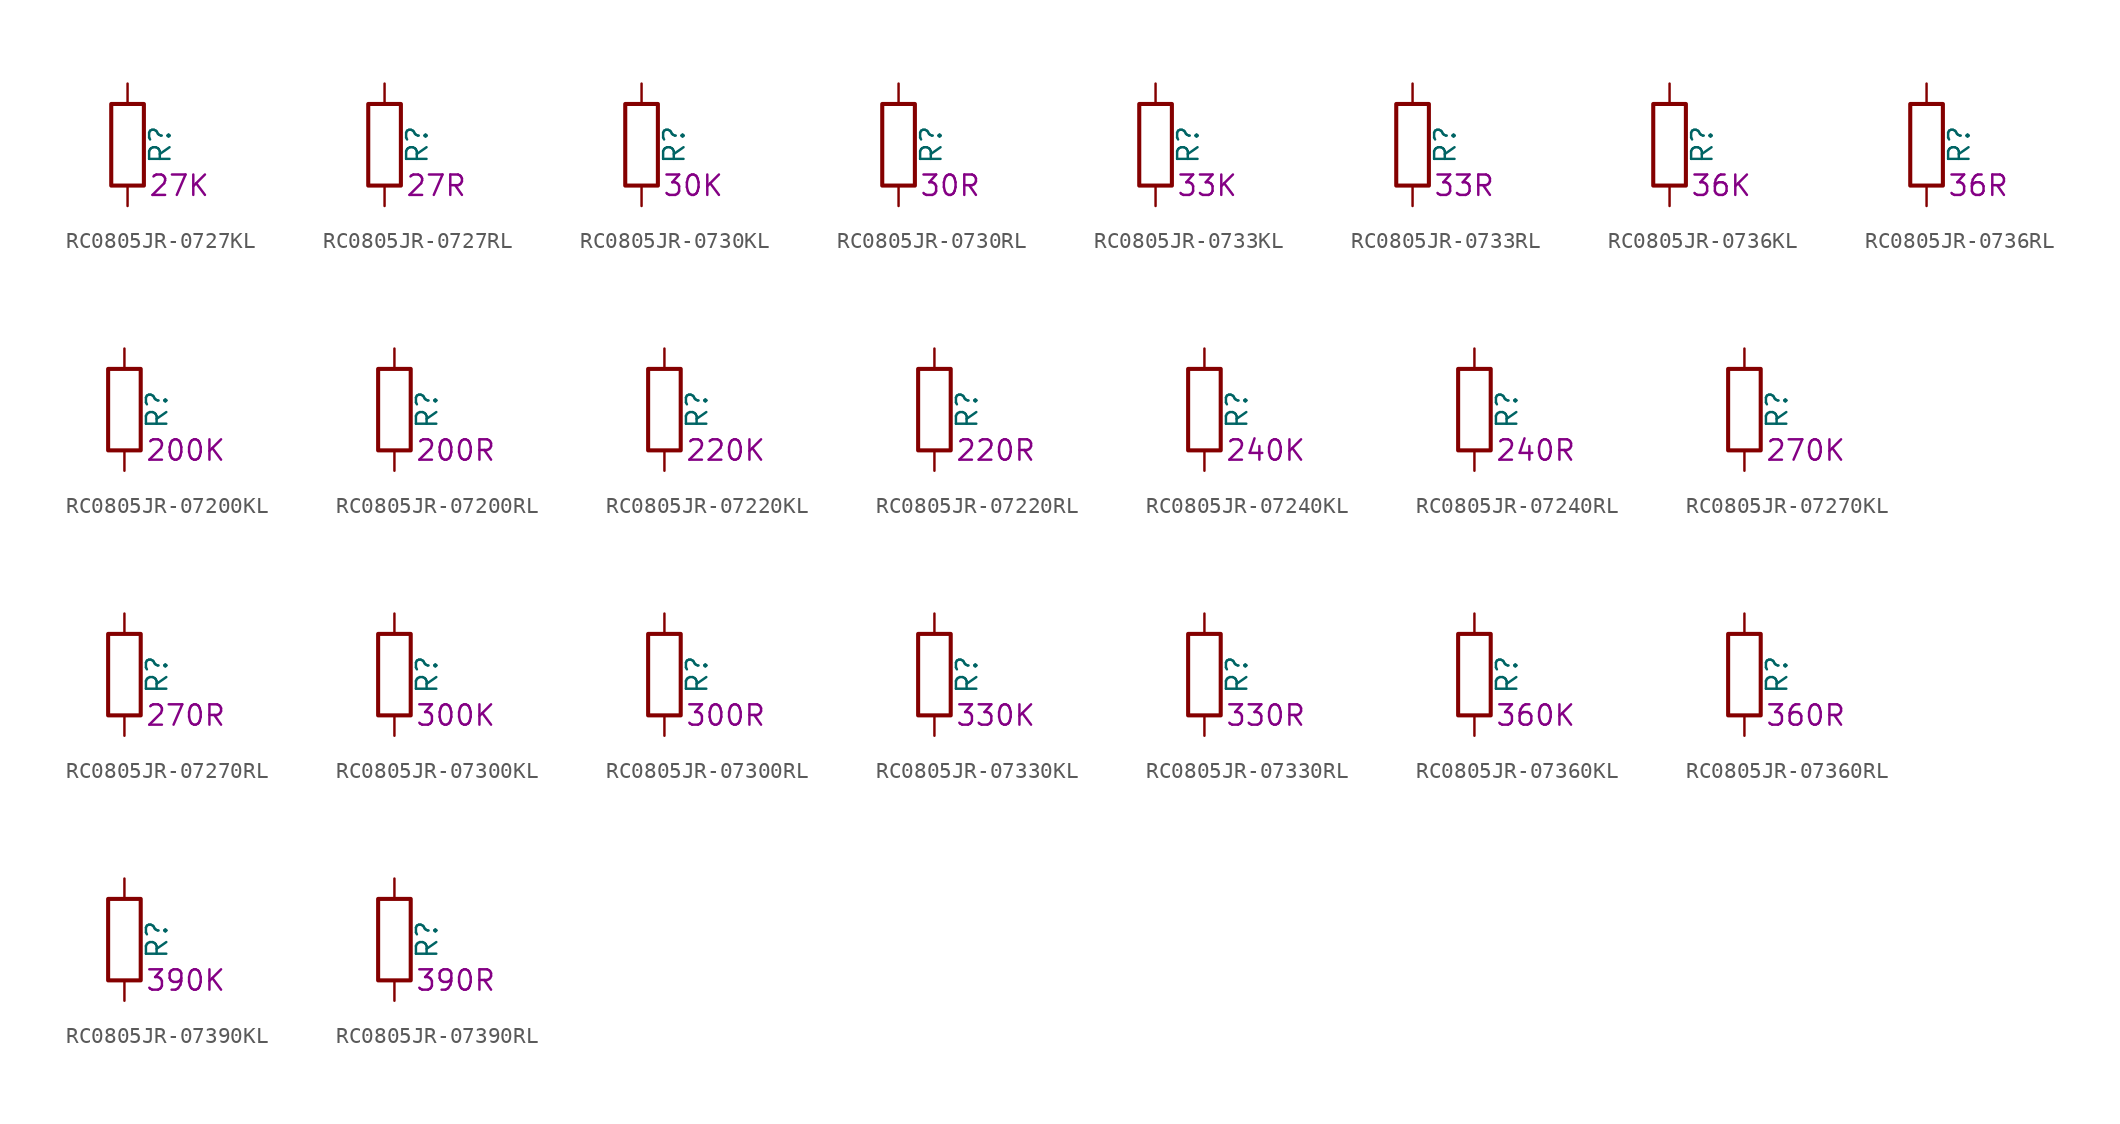
<source format=kicad_sym>
(kicad_symbol_lib
  (version 20220914)
  (generator kicad_symbol_editor)
  (symbol "RC0805JR-0727KL"
    (pin_numbers hide)
    (pin_names
      (offset 0))
    (property "Reference" "R"
      (at 2.032 0 90)
      (effects (font (size 1.27 1.27))))
    (property "Resistance" "27K"
      (at 1.27 -2.54 0)
      (effects (font (size 1.27 1.27)) (justify left)))
    (symbol "RC0805JR-0727KL_0_1"
      (rectangle (start -1.016 -2.54) (end 1.016 2.54) (stroke (width 0.254) (type default)) (fill (type none))))
    (symbol "RC0805JR-0727KL_1_1"
      (pin passive line (at 0 3.81 270) (length 1.27) (name "~" (effects (font (size 1.27 1.27)))) (number "1" (effects (font (size 1.27 1.27)))))
      (pin passive line (at 0 -3.81 90) (length 1.27) (name "~" (effects (font (size 1.27 1.27)))) (number "2" (effects (font (size 1.27 1.27)))))))
  (symbol "RC0805JR-0727RL"
    (pin_numbers hide)
    (pin_names
      (offset 0))
    (property "Reference" "R"
      (at 2.032 0 90)
      (effects (font (size 1.27 1.27))))
    (property "Resistance" "27R"
      (at 1.27 -2.54 0)
      (effects (font (size 1.27 1.27)) (justify left)))
    (symbol "RC0805JR-0727RL_0_1"
      (rectangle (start -1.016 -2.54) (end 1.016 2.54) (stroke (width 0.254) (type default)) (fill (type none))))
    (symbol "RC0805JR-0727RL_1_1"
      (pin passive line (at 0 3.81 270) (length 1.27) (name "~" (effects (font (size 1.27 1.27)))) (number "1" (effects (font (size 1.27 1.27)))))
      (pin passive line (at 0 -3.81 90) (length 1.27) (name "~" (effects (font (size 1.27 1.27)))) (number "2" (effects (font (size 1.27 1.27)))))))
  (symbol "RC0805JR-0730KL"
    (pin_numbers hide)
    (pin_names
      (offset 0))
    (property "Reference" "R"
      (at 2.032 0 90)
      (effects (font (size 1.27 1.27))))
    (property "Resistance" "30K"
      (at 1.27 -2.54 0)
      (effects (font (size 1.27 1.27)) (justify left)))
    (symbol "RC0805JR-0730KL_0_1"
      (rectangle (start -1.016 -2.54) (end 1.016 2.54) (stroke (width 0.254) (type default)) (fill (type none))))
    (symbol "RC0805JR-0730KL_1_1"
      (pin passive line (at 0 3.81 270) (length 1.27) (name "~" (effects (font (size 1.27 1.27)))) (number "1" (effects (font (size 1.27 1.27)))))
      (pin passive line (at 0 -3.81 90) (length 1.27) (name "~" (effects (font (size 1.27 1.27)))) (number "2" (effects (font (size 1.27 1.27)))))))
  (symbol "RC0805JR-0730RL"
    (pin_numbers hide)
    (pin_names
      (offset 0))
    (property "Reference" "R"
      (at 2.032 0 90)
      (effects (font (size 1.27 1.27))))
    (property "Resistance" "30R"
      (at 1.27 -2.54 0)
      (effects (font (size 1.27 1.27)) (justify left)))
    (symbol "RC0805JR-0730RL_0_1"
      (rectangle (start -1.016 -2.54) (end 1.016 2.54) (stroke (width 0.254) (type default)) (fill (type none))))
    (symbol "RC0805JR-0730RL_1_1"
      (pin passive line (at 0 3.81 270) (length 1.27) (name "~" (effects (font (size 1.27 1.27)))) (number "1" (effects (font (size 1.27 1.27)))))
      (pin passive line (at 0 -3.81 90) (length 1.27) (name "~" (effects (font (size 1.27 1.27)))) (number "2" (effects (font (size 1.27 1.27)))))))
  (symbol "RC0805JR-0733KL"
    (pin_numbers hide)
    (pin_names
      (offset 0))
    (property "Reference" "R"
      (at 2.032 0 90)
      (effects (font (size 1.27 1.27))))
    (property "Resistance" "33K"
      (at 1.27 -2.54 0)
      (effects (font (size 1.27 1.27)) (justify left)))
    (symbol "RC0805JR-0733KL_0_1"
      (rectangle (start -1.016 -2.54) (end 1.016 2.54) (stroke (width 0.254) (type default)) (fill (type none))))
    (symbol "RC0805JR-0733KL_1_1"
      (pin passive line (at 0 3.81 270) (length 1.27) (name "~" (effects (font (size 1.27 1.27)))) (number "1" (effects (font (size 1.27 1.27)))))
      (pin passive line (at 0 -3.81 90) (length 1.27) (name "~" (effects (font (size 1.27 1.27)))) (number "2" (effects (font (size 1.27 1.27)))))))
  (symbol "RC0805JR-0733RL"
    (pin_numbers hide)
    (pin_names
      (offset 0))
    (property "Reference" "R"
      (at 2.032 0 90)
      (effects (font (size 1.27 1.27))))
    (property "Resistance" "33R"
      (at 1.27 -2.54 0)
      (effects (font (size 1.27 1.27)) (justify left)))
    (symbol "RC0805JR-0733RL_0_1"
      (rectangle (start -1.016 -2.54) (end 1.016 2.54) (stroke (width 0.254) (type default)) (fill (type none))))
    (symbol "RC0805JR-0733RL_1_1"
      (pin passive line (at 0 3.81 270) (length 1.27) (name "~" (effects (font (size 1.27 1.27)))) (number "1" (effects (font (size 1.27 1.27)))))
      (pin passive line (at 0 -3.81 90) (length 1.27) (name "~" (effects (font (size 1.27 1.27)))) (number "2" (effects (font (size 1.27 1.27)))))))
  (symbol "RC0805JR-0736KL"
    (pin_numbers hide)
    (pin_names
      (offset 0))
    (property "Reference" "R"
      (at 2.032 0 90)
      (effects (font (size 1.27 1.27))))
    (property "Resistance" "36K"
      (at 1.27 -2.54 0)
      (effects (font (size 1.27 1.27)) (justify left)))
    (symbol "RC0805JR-0736KL_0_1"
      (rectangle (start -1.016 -2.54) (end 1.016 2.54) (stroke (width 0.254) (type default)) (fill (type none))))
    (symbol "RC0805JR-0736KL_1_1"
      (pin passive line (at 0 3.81 270) (length 1.27) (name "~" (effects (font (size 1.27 1.27)))) (number "1" (effects (font (size 1.27 1.27)))))
      (pin passive line (at 0 -3.81 90) (length 1.27) (name "~" (effects (font (size 1.27 1.27)))) (number "2" (effects (font (size 1.27 1.27)))))))
  (symbol "RC0805JR-0736RL"
    (pin_numbers hide)
    (pin_names
      (offset 0))
    (property "Reference" "R"
      (at 2.032 0 90)
      (effects (font (size 1.27 1.27))))
    (property "Resistance" "36R"
      (at 1.27 -2.54 0)
      (effects (font (size 1.27 1.27)) (justify left)))
    (symbol "RC0805JR-0736RL_0_1"
      (rectangle (start -1.016 -2.54) (end 1.016 2.54) (stroke (width 0.254) (type default)) (fill (type none))))
    (symbol "RC0805JR-0736RL_1_1"
      (pin passive line (at 0 3.81 270) (length 1.27) (name "~" (effects (font (size 1.27 1.27)))) (number "1" (effects (font (size 1.27 1.27)))))
      (pin passive line (at 0 -3.81 90) (length 1.27) (name "~" (effects (font (size 1.27 1.27)))) (number "2" (effects (font (size 1.27 1.27)))))))
  (symbol "RC0805JR-07200KL"
    (pin_numbers hide)
    (pin_names
      (offset 0))
    (property "Reference" "R"
      (at 2.032 0 90)
      (effects (font (size 1.27 1.27))))
    (property "Resistance" "200K"
      (at 1.27 -2.54 0)
      (effects (font (size 1.27 1.27)) (justify left)))
    (symbol "RC0805JR-07200KL_0_1"
      (rectangle (start -1.016 -2.54) (end 1.016 2.54) (stroke (width 0.254) (type default)) (fill (type none))))
    (symbol "RC0805JR-07200KL_1_1"
      (pin passive line (at 0 3.81 270) (length 1.27) (name "~" (effects (font (size 1.27 1.27)))) (number "1" (effects (font (size 1.27 1.27)))))
      (pin passive line (at 0 -3.81 90) (length 1.27) (name "~" (effects (font (size 1.27 1.27)))) (number "2" (effects (font (size 1.27 1.27)))))))
  (symbol "RC0805JR-07200RL"
    (pin_numbers hide)
    (pin_names
      (offset 0))
    (property "Reference" "R"
      (at 2.032 0 90)
      (effects (font (size 1.27 1.27))))
    (property "Resistance" "200R"
      (at 1.27 -2.54 0)
      (effects (font (size 1.27 1.27)) (justify left)))
    (symbol "RC0805JR-07200RL_0_1"
      (rectangle (start -1.016 -2.54) (end 1.016 2.54) (stroke (width 0.254) (type default)) (fill (type none))))
    (symbol "RC0805JR-07200RL_1_1"
      (pin passive line (at 0 3.81 270) (length 1.27) (name "~" (effects (font (size 1.27 1.27)))) (number "1" (effects (font (size 1.27 1.27)))))
      (pin passive line (at 0 -3.81 90) (length 1.27) (name "~" (effects (font (size 1.27 1.27)))) (number "2" (effects (font (size 1.27 1.27)))))))
  (symbol "RC0805JR-07220KL"
    (pin_numbers hide)
    (pin_names
      (offset 0))
    (property "Reference" "R"
      (at 2.032 0 90)
      (effects (font (size 1.27 1.27))))
    (property "Resistance" "220K"
      (at 1.27 -2.54 0)
      (effects (font (size 1.27 1.27)) (justify left)))
    (symbol "RC0805JR-07220KL_0_1"
      (rectangle (start -1.016 -2.54) (end 1.016 2.54) (stroke (width 0.254) (type default)) (fill (type none))))
    (symbol "RC0805JR-07220KL_1_1"
      (pin passive line (at 0 3.81 270) (length 1.27) (name "~" (effects (font (size 1.27 1.27)))) (number "1" (effects (font (size 1.27 1.27)))))
      (pin passive line (at 0 -3.81 90) (length 1.27) (name "~" (effects (font (size 1.27 1.27)))) (number "2" (effects (font (size 1.27 1.27)))))))
  (symbol "RC0805JR-07220RL"
    (pin_numbers hide)
    (pin_names
      (offset 0))
    (property "Reference" "R"
      (at 2.032 0 90)
      (effects (font (size 1.27 1.27))))
    (property "Resistance" "220R"
      (at 1.27 -2.54 0)
      (effects (font (size 1.27 1.27)) (justify left)))
    (symbol "RC0805JR-07220RL_0_1"
      (rectangle (start -1.016 -2.54) (end 1.016 2.54) (stroke (width 0.254) (type default)) (fill (type none))))
    (symbol "RC0805JR-07220RL_1_1"
      (pin passive line (at 0 3.81 270) (length 1.27) (name "~" (effects (font (size 1.27 1.27)))) (number "1" (effects (font (size 1.27 1.27)))))
      (pin passive line (at 0 -3.81 90) (length 1.27) (name "~" (effects (font (size 1.27 1.27)))) (number "2" (effects (font (size 1.27 1.27)))))))
  (symbol "RC0805JR-07240KL"
    (pin_numbers hide)
    (pin_names
      (offset 0))
    (property "Reference" "R"
      (at 2.032 0 90)
      (effects (font (size 1.27 1.27))))
    (property "Resistance" "240K"
      (at 1.27 -2.54 0)
      (effects (font (size 1.27 1.27)) (justify left)))
    (symbol "RC0805JR-07240KL_0_1"
      (rectangle (start -1.016 -2.54) (end 1.016 2.54) (stroke (width 0.254) (type default)) (fill (type none))))
    (symbol "RC0805JR-07240KL_1_1"
      (pin passive line (at 0 3.81 270) (length 1.27) (name "~" (effects (font (size 1.27 1.27)))) (number "1" (effects (font (size 1.27 1.27)))))
      (pin passive line (at 0 -3.81 90) (length 1.27) (name "~" (effects (font (size 1.27 1.27)))) (number "2" (effects (font (size 1.27 1.27)))))))
  (symbol "RC0805JR-07240RL"
    (pin_numbers hide)
    (pin_names
      (offset 0))
    (property "Reference" "R"
      (at 2.032 0 90)
      (effects (font (size 1.27 1.27))))
    (property "Resistance" "240R"
      (at 1.27 -2.54 0)
      (effects (font (size 1.27 1.27)) (justify left)))
    (symbol "RC0805JR-07240RL_0_1"
      (rectangle (start -1.016 -2.54) (end 1.016 2.54) (stroke (width 0.254) (type default)) (fill (type none))))
    (symbol "RC0805JR-07240RL_1_1"
      (pin passive line (at 0 3.81 270) (length 1.27) (name "~" (effects (font (size 1.27 1.27)))) (number "1" (effects (font (size 1.27 1.27)))))
      (pin passive line (at 0 -3.81 90) (length 1.27) (name "~" (effects (font (size 1.27 1.27)))) (number "2" (effects (font (size 1.27 1.27)))))))
  (symbol "RC0805JR-07270KL"
    (pin_numbers hide)
    (pin_names
      (offset 0))
    (property "Reference" "R"
      (at 2.032 0 90)
      (effects (font (size 1.27 1.27))))
    (property "Resistance" "270K"
      (at 1.27 -2.54 0)
      (effects (font (size 1.27 1.27)) (justify left)))
    (symbol "RC0805JR-07270KL_0_1"
      (rectangle (start -1.016 -2.54) (end 1.016 2.54) (stroke (width 0.254) (type default)) (fill (type none))))
    (symbol "RC0805JR-07270KL_1_1"
      (pin passive line (at 0 3.81 270) (length 1.27) (name "~" (effects (font (size 1.27 1.27)))) (number "1" (effects (font (size 1.27 1.27)))))
      (pin passive line (at 0 -3.81 90) (length 1.27) (name "~" (effects (font (size 1.27 1.27)))) (number "2" (effects (font (size 1.27 1.27)))))))
  (symbol "RC0805JR-07270RL"
    (pin_numbers hide)
    (pin_names
      (offset 0))
    (property "Reference" "R"
      (at 2.032 0 90)
      (effects (font (size 1.27 1.27))))
    (property "Resistance" "270R"
      (at 1.27 -2.54 0)
      (effects (font (size 1.27 1.27)) (justify left)))
    (symbol "RC0805JR-07270RL_0_1"
      (rectangle (start -1.016 -2.54) (end 1.016 2.54) (stroke (width 0.254) (type default)) (fill (type none))))
    (symbol "RC0805JR-07270RL_1_1"
      (pin passive line (at 0 3.81 270) (length 1.27) (name "~" (effects (font (size 1.27 1.27)))) (number "1" (effects (font (size 1.27 1.27)))))
      (pin passive line (at 0 -3.81 90) (length 1.27) (name "~" (effects (font (size 1.27 1.27)))) (number "2" (effects (font (size 1.27 1.27)))))))
  (symbol "RC0805JR-07300KL"
    (pin_numbers hide)
    (pin_names
      (offset 0))
    (property "Reference" "R"
      (at 2.032 0 90)
      (effects (font (size 1.27 1.27))))
    (property "Resistance" "300K"
      (at 1.27 -2.54 0)
      (effects (font (size 1.27 1.27)) (justify left)))
    (symbol "RC0805JR-07300KL_0_1"
      (rectangle (start -1.016 -2.54) (end 1.016 2.54) (stroke (width 0.254) (type default)) (fill (type none))))
    (symbol "RC0805JR-07300KL_1_1"
      (pin passive line (at 0 3.81 270) (length 1.27) (name "~" (effects (font (size 1.27 1.27)))) (number "1" (effects (font (size 1.27 1.27)))))
      (pin passive line (at 0 -3.81 90) (length 1.27) (name "~" (effects (font (size 1.27 1.27)))) (number "2" (effects (font (size 1.27 1.27)))))))
  (symbol "RC0805JR-07300RL"
    (pin_numbers hide)
    (pin_names
      (offset 0))
    (property "Reference" "R"
      (at 2.032 0 90)
      (effects (font (size 1.27 1.27))))
    (property "Resistance" "300R"
      (at 1.27 -2.54 0)
      (effects (font (size 1.27 1.27)) (justify left)))
    (symbol "RC0805JR-07300RL_0_1"
      (rectangle (start -1.016 -2.54) (end 1.016 2.54) (stroke (width 0.254) (type default)) (fill (type none))))
    (symbol "RC0805JR-07300RL_1_1"
      (pin passive line (at 0 3.81 270) (length 1.27) (name "~" (effects (font (size 1.27 1.27)))) (number "1" (effects (font (size 1.27 1.27)))))
      (pin passive line (at 0 -3.81 90) (length 1.27) (name "~" (effects (font (size 1.27 1.27)))) (number "2" (effects (font (size 1.27 1.27)))))))
  (symbol "RC0805JR-07330KL"
    (pin_numbers hide)
    (pin_names
      (offset 0))
    (property "Reference" "R"
      (at 2.032 0 90)
      (effects (font (size 1.27 1.27))))
    (property "Resistance" "330K"
      (at 1.27 -2.54 0)
      (effects (font (size 1.27 1.27)) (justify left)))
    (symbol "RC0805JR-07330KL_0_1"
      (rectangle (start -1.016 -2.54) (end 1.016 2.54) (stroke (width 0.254) (type default)) (fill (type none))))
    (symbol "RC0805JR-07330KL_1_1"
      (pin passive line (at 0 3.81 270) (length 1.27) (name "~" (effects (font (size 1.27 1.27)))) (number "1" (effects (font (size 1.27 1.27)))))
      (pin passive line (at 0 -3.81 90) (length 1.27) (name "~" (effects (font (size 1.27 1.27)))) (number "2" (effects (font (size 1.27 1.27)))))))
  (symbol "RC0805JR-07330RL"
    (pin_numbers hide)
    (pin_names
      (offset 0))
    (property "Reference" "R"
      (at 2.032 0 90)
      (effects (font (size 1.27 1.27))))
    (property "Resistance" "330R"
      (at 1.27 -2.54 0)
      (effects (font (size 1.27 1.27)) (justify left)))
    (symbol "RC0805JR-07330RL_0_1"
      (rectangle (start -1.016 -2.54) (end 1.016 2.54) (stroke (width 0.254) (type default)) (fill (type none))))
    (symbol "RC0805JR-07330RL_1_1"
      (pin passive line (at 0 3.81 270) (length 1.27) (name "~" (effects (font (size 1.27 1.27)))) (number "1" (effects (font (size 1.27 1.27)))))
      (pin passive line (at 0 -3.81 90) (length 1.27) (name "~" (effects (font (size 1.27 1.27)))) (number "2" (effects (font (size 1.27 1.27)))))))
  (symbol "RC0805JR-07360KL"
    (pin_numbers hide)
    (pin_names
      (offset 0))
    (property "Reference" "R"
      (at 2.032 0 90)
      (effects (font (size 1.27 1.27))))
    (property "Resistance" "360K"
      (at 1.27 -2.54 0)
      (effects (font (size 1.27 1.27)) (justify left)))
    (symbol "RC0805JR-07360KL_0_1"
      (rectangle (start -1.016 -2.54) (end 1.016 2.54) (stroke (width 0.254) (type default)) (fill (type none))))
    (symbol "RC0805JR-07360KL_1_1"
      (pin passive line (at 0 3.81 270) (length 1.27) (name "~" (effects (font (size 1.27 1.27)))) (number "1" (effects (font (size 1.27 1.27)))))
      (pin passive line (at 0 -3.81 90) (length 1.27) (name "~" (effects (font (size 1.27 1.27)))) (number "2" (effects (font (size 1.27 1.27)))))))
  (symbol "RC0805JR-07360RL"
    (pin_numbers hide)
    (pin_names
      (offset 0))
    (property "Reference" "R"
      (at 2.032 0 90)
      (effects (font (size 1.27 1.27))))
    (property "Resistance" "360R"
      (at 1.27 -2.54 0)
      (effects (font (size 1.27 1.27)) (justify left)))
    (symbol "RC0805JR-07360RL_0_1"
      (rectangle (start -1.016 -2.54) (end 1.016 2.54) (stroke (width 0.254) (type default)) (fill (type none))))
    (symbol "RC0805JR-07360RL_1_1"
      (pin passive line (at 0 3.81 270) (length 1.27) (name "~" (effects (font (size 1.27 1.27)))) (number "1" (effects (font (size 1.27 1.27)))))
      (pin passive line (at 0 -3.81 90) (length 1.27) (name "~" (effects (font (size 1.27 1.27)))) (number "2" (effects (font (size 1.27 1.27)))))))
  (symbol "RC0805JR-07390KL"
    (pin_numbers hide)
    (pin_names
      (offset 0))
    (property "Reference" "R"
      (at 2.032 0 90)
      (effects (font (size 1.27 1.27))))
    (property "Resistance" "390K"
      (at 1.27 -2.54 0)
      (effects (font (size 1.27 1.27)) (justify left)))
    (symbol "RC0805JR-07390KL_0_1"
      (rectangle (start -1.016 -2.54) (end 1.016 2.54) (stroke (width 0.254) (type default)) (fill (type none))))
    (symbol "RC0805JR-07390KL_1_1"
      (pin passive line (at 0 3.81 270) (length 1.27) (name "~" (effects (font (size 1.27 1.27)))) (number "1" (effects (font (size 1.27 1.27)))))
      (pin passive line (at 0 -3.81 90) (length 1.27) (name "~" (effects (font (size 1.27 1.27)))) (number "2" (effects (font (size 1.27 1.27)))))))
  (symbol "RC0805JR-07390RL"
    (pin_numbers hide)
    (pin_names
      (offset 0))
    (property "Reference" "R"
      (at 2.032 0 90)
      (effects (font (size 1.27 1.27))))
    (property "Resistance" "390R"
      (at 1.27 -2.54 0)
      (effects (font (size 1.27 1.27)) (justify left)))
    (symbol "RC0805JR-07390RL_0_1"
      (rectangle (start -1.016 -2.54) (end 1.016 2.54) (stroke (width 0.254) (type default)) (fill (type none))))
    (symbol "RC0805JR-07390RL_1_1"
      (pin passive line (at 0 3.81 270) (length 1.27) (name "~" (effects (font (size 1.27 1.27)))) (number "1" (effects (font (size 1.27 1.27)))))
      (pin passive line (at 0 -3.81 90) (length 1.27) (name "~" (effects (font (size 1.27 1.27)))) (number "2" (effects (font (size 1.27 1.27))))))))
</source>
